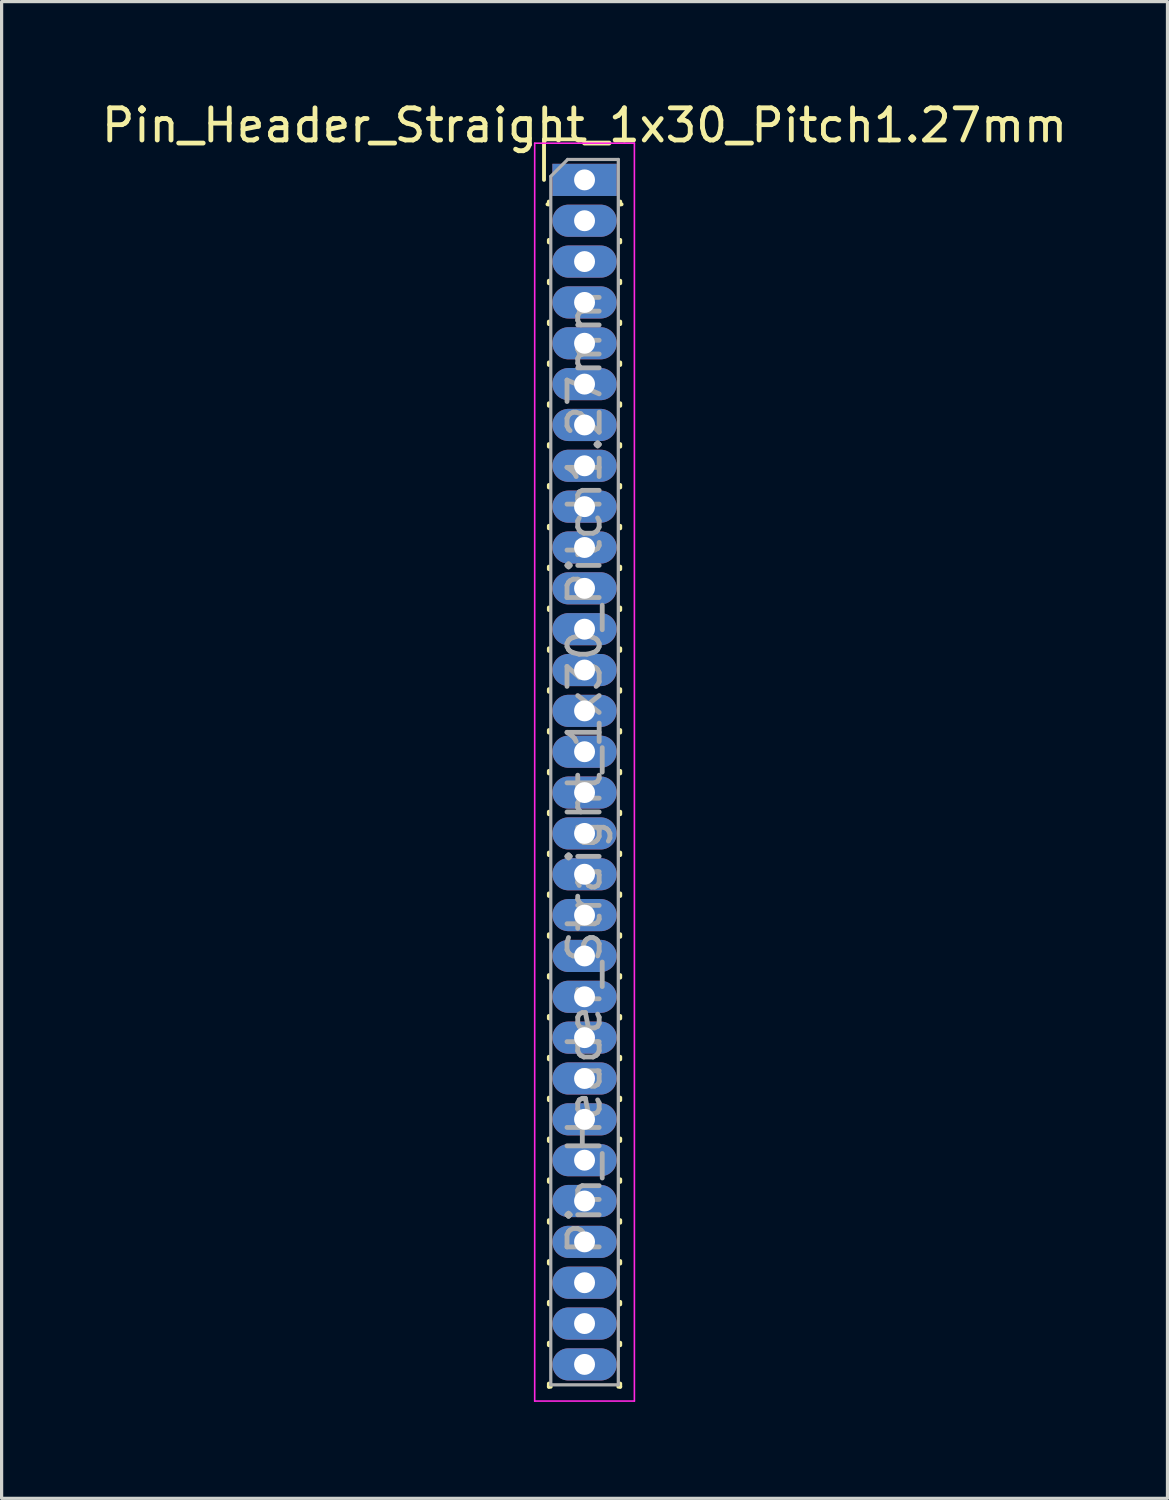
<source format=kicad_pcb>
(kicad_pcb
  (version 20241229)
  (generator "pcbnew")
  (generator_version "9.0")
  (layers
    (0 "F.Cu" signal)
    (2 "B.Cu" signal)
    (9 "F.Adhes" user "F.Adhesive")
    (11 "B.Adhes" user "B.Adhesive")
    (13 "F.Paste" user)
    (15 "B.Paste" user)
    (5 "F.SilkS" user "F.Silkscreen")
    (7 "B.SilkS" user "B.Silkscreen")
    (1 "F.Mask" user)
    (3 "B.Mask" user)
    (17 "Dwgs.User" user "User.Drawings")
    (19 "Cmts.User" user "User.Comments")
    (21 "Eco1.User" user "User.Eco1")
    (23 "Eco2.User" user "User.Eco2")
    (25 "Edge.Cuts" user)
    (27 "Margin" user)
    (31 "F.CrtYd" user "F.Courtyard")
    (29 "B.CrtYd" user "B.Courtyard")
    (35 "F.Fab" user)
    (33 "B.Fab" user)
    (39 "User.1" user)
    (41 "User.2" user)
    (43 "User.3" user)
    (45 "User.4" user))
  (footprint "Pin_Header_Straight_1x30_Pitch1.27mm"
    (layer "F.Cu")
    (at 15.125 2.543)
    (property "Reference" "Pin_Header_Straight_1x30_Pitch1.27mm" (at 0 -1.695 0) (layer "F.SilkS") (effects (font (size 1 1) (thickness 0.15))))
    (attr through_hole)
    (fp_line (start -1.26 -1.26) (end 0 -1.26) (stroke (width 0.12) (type solid)) (layer "F.SilkS"))
    (fp_line (start -1.26 0) (end -1.26 -1.26) (stroke (width 0.12) (type solid)) (layer "F.SilkS"))
    (fp_line (start -1.11 0.76) (end -1.152 0.76) (stroke (width 0.12) (type solid)) (layer "F.SilkS"))
    (fp_line (start -1.11 0.76) (end -1.11 0.674) (stroke (width 0.12) (type solid)) (layer "F.SilkS"))
    (fp_line (start -1.11 1.866) (end -1.11 1.944) (stroke (width 0.12) (type solid)) (layer "F.SilkS"))
    (fp_line (start -1.11 3.136) (end -1.11 3.214) (stroke (width 0.12) (type solid)) (layer "F.SilkS"))
    (fp_line (start -1.11 4.406) (end -1.11 4.484) (stroke (width 0.12) (type solid)) (layer "F.SilkS"))
    (fp_line (start -1.11 5.676) (end -1.11 5.754) (stroke (width 0.12) (type solid)) (layer "F.SilkS"))
    (fp_line (start -1.11 6.946) (end -1.11 7.024) (stroke (width 0.12) (type solid)) (layer "F.SilkS"))
    (fp_line (start -1.11 8.216) (end -1.11 8.294) (stroke (width 0.12) (type solid)) (layer "F.SilkS"))
    (fp_line (start -1.11 9.486) (end -1.11 9.564) (stroke (width 0.12) (type solid)) (layer "F.SilkS"))
    (fp_line (start -1.11 10.756) (end -1.11 10.834) (stroke (width 0.12) (type solid)) (layer "F.SilkS"))
    (fp_line (start -1.11 12.026) (end -1.11 12.104) (stroke (width 0.12) (type solid)) (layer "F.SilkS"))
    (fp_line (start -1.11 13.296) (end -1.11 13.374) (stroke (width 0.12) (type solid)) (layer "F.SilkS"))
    (fp_line (start -1.11 14.566) (end -1.11 14.644) (stroke (width 0.12) (type solid)) (layer "F.SilkS"))
    (fp_line (start -1.11 15.836) (end -1.11 15.914) (stroke (width 0.12) (type solid)) (layer "F.SilkS"))
    (fp_line (start -1.11 17.106) (end -1.11 17.184) (stroke (width 0.12) (type solid)) (layer "F.SilkS"))
    (fp_line (start -1.11 18.376) (end -1.11 18.454) (stroke (width 0.12) (type solid)) (layer "F.SilkS"))
    (fp_line (start -1.11 19.646) (end -1.11 19.724) (stroke (width 0.12) (type solid)) (layer "F.SilkS"))
    (fp_line (start -1.11 20.916) (end -1.11 20.994) (stroke (width 0.12) (type solid)) (layer "F.SilkS"))
    (fp_line (start -1.11 22.186) (end -1.11 22.264) (stroke (width 0.12) (type solid)) (layer "F.SilkS"))
    (fp_line (start -1.11 23.456) (end -1.11 23.534) (stroke (width 0.12) (type solid)) (layer "F.SilkS"))
    (fp_line (start -1.11 24.726) (end -1.11 24.804) (stroke (width 0.12) (type solid)) (layer "F.SilkS"))
    (fp_line (start -1.11 25.996) (end -1.11 26.074) (stroke (width 0.12) (type solid)) (layer "F.SilkS"))
    (fp_line (start -1.11 27.266) (end -1.11 27.344) (stroke (width 0.12) (type solid)) (layer "F.SilkS"))
    (fp_line (start -1.11 28.536) (end -1.11 28.614) (stroke (width 0.12) (type solid)) (layer "F.SilkS"))
    (fp_line (start -1.11 29.806) (end -1.11 29.884) (stroke (width 0.12) (type solid)) (layer "F.SilkS"))
    (fp_line (start -1.11 31.076) (end -1.11 31.154) (stroke (width 0.12) (type solid)) (layer "F.SilkS"))
    (fp_line (start -1.11 32.346) (end -1.11 32.424) (stroke (width 0.12) (type solid)) (layer "F.SilkS"))
    (fp_line (start -1.11 33.616) (end -1.11 33.694) (stroke (width 0.12) (type solid)) (layer "F.SilkS"))
    (fp_line (start -1.11 34.886) (end -1.11 34.964) (stroke (width 0.12) (type solid)) (layer "F.SilkS"))
    (fp_line (start -1.11 36.156) (end -1.11 36.234) (stroke (width 0.12) (type solid)) (layer "F.SilkS"))
    (fp_line (start -1.11 37.426) (end -1.11 37.525) (stroke (width 0.12) (type solid)) (layer "F.SilkS"))
    (fp_line (start -1.11 37.525) (end -1.051 37.525) (stroke (width 0.12) (type solid)) (layer "F.SilkS"))
    (fp_line (start 1.051 37.525) (end 1.11 37.525) (stroke (width 0.12) (type solid)) (layer "F.SilkS"))
    (fp_line (start 1.11 0.76) (end 1.11 0.674) (stroke (width 0.12) (type solid)) (layer "F.SilkS"))
    (fp_line (start 1.11 1.866) (end 1.11 1.944) (stroke (width 0.12) (type solid)) (layer "F.SilkS"))
    (fp_line (start 1.11 3.136) (end 1.11 3.214) (stroke (width 0.12) (type solid)) (layer "F.SilkS"))
    (fp_line (start 1.11 4.406) (end 1.11 4.484) (stroke (width 0.12) (type solid)) (layer "F.SilkS"))
    (fp_line (start 1.11 5.676) (end 1.11 5.754) (stroke (width 0.12) (type solid)) (layer "F.SilkS"))
    (fp_line (start 1.11 6.946) (end 1.11 7.024) (stroke (width 0.12) (type solid)) (layer "F.SilkS"))
    (fp_line (start 1.11 8.216) (end 1.11 8.294) (stroke (width 0.12) (type solid)) (layer "F.SilkS"))
    (fp_line (start 1.11 9.486) (end 1.11 9.564) (stroke (width 0.12) (type solid)) (layer "F.SilkS"))
    (fp_line (start 1.11 10.756) (end 1.11 10.834) (stroke (width 0.12) (type solid)) (layer "F.SilkS"))
    (fp_line (start 1.11 12.026) (end 1.11 12.104) (stroke (width 0.12) (type solid)) (layer "F.SilkS"))
    (fp_line (start 1.11 13.296) (end 1.11 13.374) (stroke (width 0.12) (type solid)) (layer "F.SilkS"))
    (fp_line (start 1.11 14.566) (end 1.11 14.644) (stroke (width 0.12) (type solid)) (layer "F.SilkS"))
    (fp_line (start 1.11 15.836) (end 1.11 15.914) (stroke (width 0.12) (type solid)) (layer "F.SilkS"))
    (fp_line (start 1.11 17.106) (end 1.11 17.184) (stroke (width 0.12) (type solid)) (layer "F.SilkS"))
    (fp_line (start 1.11 18.376) (end 1.11 18.454) (stroke (width 0.12) (type solid)) (layer "F.SilkS"))
    (fp_line (start 1.11 19.646) (end 1.11 19.724) (stroke (width 0.12) (type solid)) (layer "F.SilkS"))
    (fp_line (start 1.11 20.916) (end 1.11 20.994) (stroke (width 0.12) (type solid)) (layer "F.SilkS"))
    (fp_line (start 1.11 22.186) (end 1.11 22.264) (stroke (width 0.12) (type solid)) (layer "F.SilkS"))
    (fp_line (start 1.11 23.456) (end 1.11 23.534) (stroke (width 0.12) (type solid)) (layer "F.SilkS"))
    (fp_line (start 1.11 24.726) (end 1.11 24.804) (stroke (width 0.12) (type solid)) (layer "F.SilkS"))
    (fp_line (start 1.11 25.996) (end 1.11 26.074) (stroke (width 0.12) (type solid)) (layer "F.SilkS"))
    (fp_line (start 1.11 27.266) (end 1.11 27.344) (stroke (width 0.12) (type solid)) (layer "F.SilkS"))
    (fp_line (start 1.11 28.536) (end 1.11 28.614) (stroke (width 0.12) (type solid)) (layer "F.SilkS"))
    (fp_line (start 1.11 29.806) (end 1.11 29.884) (stroke (width 0.12) (type solid)) (layer "F.SilkS"))
    (fp_line (start 1.11 31.076) (end 1.11 31.154) (stroke (width 0.12) (type solid)) (layer "F.SilkS"))
    (fp_line (start 1.11 32.346) (end 1.11 32.424) (stroke (width 0.12) (type solid)) (layer "F.SilkS"))
    (fp_line (start 1.11 33.616) (end 1.11 33.694) (stroke (width 0.12) (type solid)) (layer "F.SilkS"))
    (fp_line (start 1.11 34.886) (end 1.11 34.964) (stroke (width 0.12) (type solid)) (layer "F.SilkS"))
    (fp_line (start 1.11 36.156) (end 1.11 36.234) (stroke (width 0.12) (type solid)) (layer "F.SilkS"))
    (fp_line (start 1.11 37.426) (end 1.11 37.525) (stroke (width 0.12) (type solid)) (layer "F.SilkS"))
    (fp_line (start 1.152 0.76) (end 1.11 0.76) (stroke (width 0.12) (type solid)) (layer "F.SilkS"))
    (fp_line (start -1.55 -1.14) (end -1.55 37.97) (stroke (width 0.05) (type solid)) (layer "F.CrtYd"))
    (fp_line (start -1.55 37.97) (end 1.55 37.97) (stroke (width 0.05) (type solid)) (layer "F.CrtYd"))
    (fp_line (start 1.55 -1.14) (end -1.55 -1.14) (stroke (width 0.05) (type solid)) (layer "F.CrtYd"))
    (fp_line (start 1.55 37.97) (end 1.55 -1.14) (stroke (width 0.05) (type solid)) (layer "F.CrtYd"))
    (fp_line (start -1.05 -0.11) (end -0.525 -0.635) (stroke (width 0.1) (type solid)) (layer "F.Fab"))
    (fp_line (start -1.05 37.465) (end -1.05 -0.11) (stroke (width 0.1) (type solid)) (layer "F.Fab"))
    (fp_line (start -0.525 -0.635) (end 1.05 -0.635) (stroke (width 0.1) (type solid)) (layer "F.Fab"))
    (fp_line (start 1.05 -0.635) (end 1.05 37.465) (stroke (width 0.1) (type solid)) (layer "F.Fab"))
    (fp_line (start 1.05 37.465) (end -1.05 37.465) (stroke (width 0.1) (type solid)) (layer "F.Fab"))
    (fp_text user "${REFERENCE}" (at 0 18.415 90) (layer "F.Fab") (effects (font (size 1 1) (thickness 0.15))))
    (pad "1" thru_hole rect (at 0 0) (size 2 1) (drill 0.65) (layers "*.Cu" "*.Mask"))
    (pad "2" thru_hole oval (at 0 1.27) (size 2 1) (drill 0.65) (layers "*.Cu" "*.Mask"))
    (pad "3" thru_hole oval (at 0 2.54) (size 2 1) (drill 0.65) (layers "*.Cu" "*.Mask"))
    (pad "4" thru_hole oval (at 0 3.81) (size 2 1) (drill 0.65) (layers "*.Cu" "*.Mask"))
    (pad "5" thru_hole oval (at 0 5.08) (size 2 1) (drill 0.65) (layers "*.Cu" "*.Mask"))
    (pad "6" thru_hole oval (at 0 6.35) (size 2 1) (drill 0.65) (layers "*.Cu" "*.Mask"))
    (pad "7" thru_hole oval (at 0 7.62) (size 2 1) (drill 0.65) (layers "*.Cu" "*.Mask"))
    (pad "8" thru_hole oval (at 0 8.89) (size 2 1) (drill 0.65) (layers "*.Cu" "*.Mask"))
    (pad "9" thru_hole oval (at 0 10.16) (size 2 1) (drill 0.65) (layers "*.Cu" "*.Mask"))
    (pad "10" thru_hole oval (at 0 11.43) (size 2 1) (drill 0.65) (layers "*.Cu" "*.Mask"))
    (pad "11" thru_hole oval (at 0 12.7) (size 2 1) (drill 0.65) (layers "*.Cu" "*.Mask"))
    (pad "12" thru_hole oval (at 0 13.97) (size 2 1) (drill 0.65) (layers "*.Cu" "*.Mask"))
    (pad "13" thru_hole oval (at 0 15.24) (size 2 1) (drill 0.65) (layers "*.Cu" "*.Mask"))
    (pad "14" thru_hole oval (at 0 16.51) (size 2 1) (drill 0.65) (layers "*.Cu" "*.Mask"))
    (pad "15" thru_hole oval (at 0 17.78) (size 2 1) (drill 0.65) (layers "*.Cu" "*.Mask"))
    (pad "16" thru_hole oval (at 0 19.05) (size 2 1) (drill 0.65) (layers "*.Cu" "*.Mask"))
    (pad "17" thru_hole oval (at 0 20.32) (size 2 1) (drill 0.65) (layers "*.Cu" "*.Mask"))
    (pad "18" thru_hole oval (at 0 21.59) (size 2 1) (drill 0.65) (layers "*.Cu" "*.Mask"))
    (pad "19" thru_hole oval (at 0 22.86) (size 2 1) (drill 0.65) (layers "*.Cu" "*.Mask"))
    (pad "20" thru_hole oval (at 0 24.13) (size 2 1) (drill 0.65) (layers "*.Cu" "*.Mask"))
    (pad "21" thru_hole oval (at 0 25.4) (size 2 1) (drill 0.65) (layers "*.Cu" "*.Mask"))
    (pad "22" thru_hole oval (at 0 26.67) (size 2 1) (drill 0.65) (layers "*.Cu" "*.Mask"))
    (pad "23" thru_hole oval (at 0 27.94) (size 2 1) (drill 0.65) (layers "*.Cu" "*.Mask"))
    (pad "24" thru_hole oval (at 0 29.21) (size 2 1) (drill 0.65) (layers "*.Cu" "*.Mask"))
    (pad "25" thru_hole oval (at 0 30.48) (size 2 1) (drill 0.65) (layers "*.Cu" "*.Mask"))
    (pad "26" thru_hole oval (at 0 31.75) (size 2 1) (drill 0.65) (layers "*.Cu" "*.Mask"))
    (pad "27" thru_hole oval (at 0 33.02) (size 2 1) (drill 0.65) (layers "*.Cu" "*.Mask"))
    (pad "28" thru_hole oval (at 0 34.29) (size 2 1) (drill 0.65) (layers "*.Cu" "*.Mask"))
    (pad "29" thru_hole oval (at 0 35.56) (size 2 1) (drill 0.65) (layers "*.Cu" "*.Mask"))
    (pad "30" thru_hole oval (at 0 36.83) (size 2 1) (drill 0.65) (layers "*.Cu" "*.Mask")))
  (gr_rect
    (start -3 -3)
    (end 33.25 43.538)
    (stroke (width 0.1) (type default))
    (fill no)
    (layer "Edge.Cuts")))
</source>
